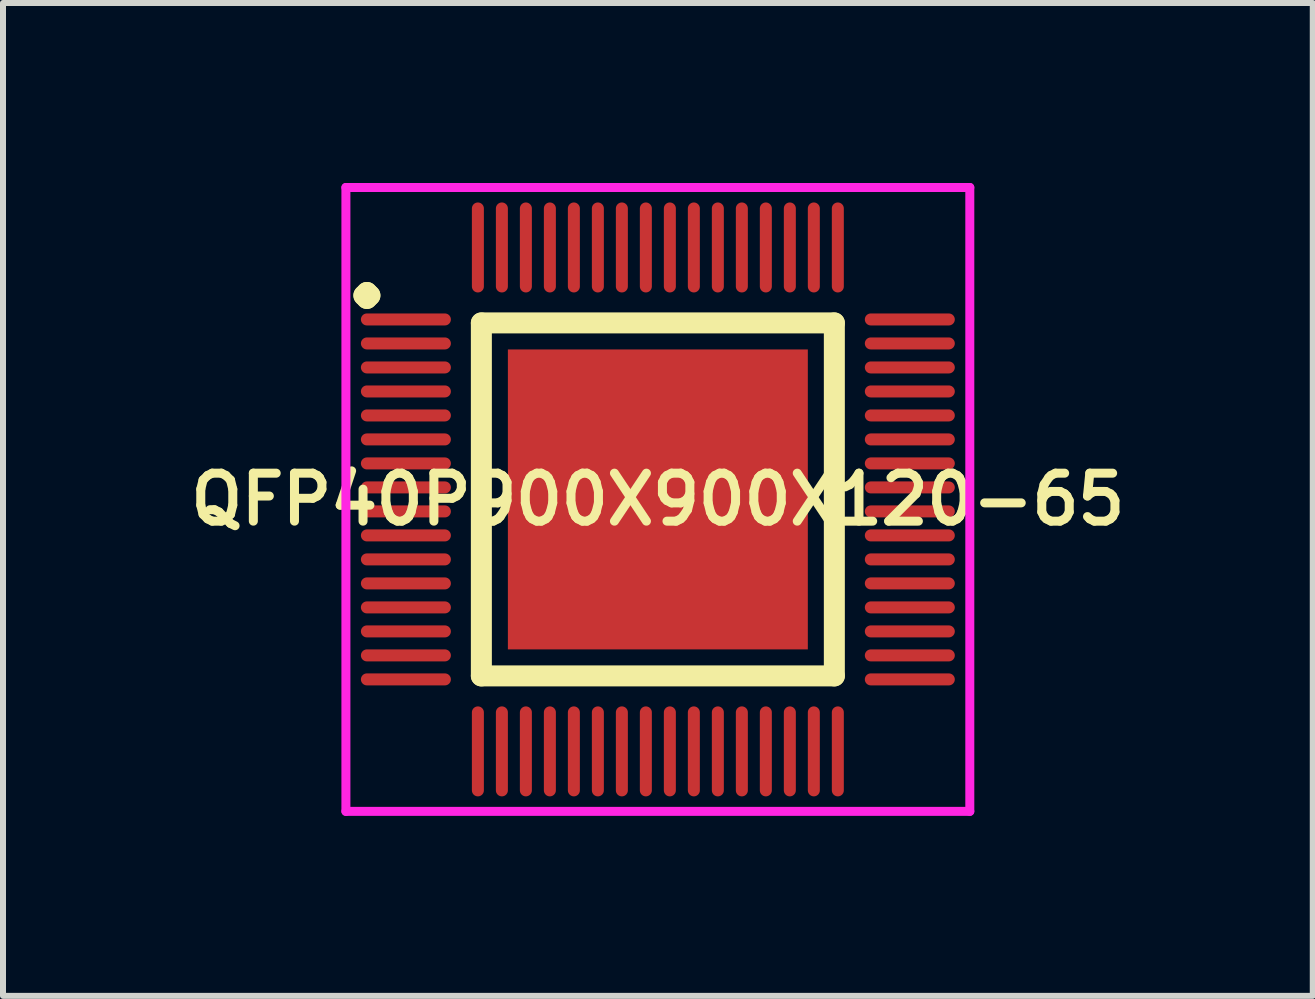
<source format=kicad_pcb>
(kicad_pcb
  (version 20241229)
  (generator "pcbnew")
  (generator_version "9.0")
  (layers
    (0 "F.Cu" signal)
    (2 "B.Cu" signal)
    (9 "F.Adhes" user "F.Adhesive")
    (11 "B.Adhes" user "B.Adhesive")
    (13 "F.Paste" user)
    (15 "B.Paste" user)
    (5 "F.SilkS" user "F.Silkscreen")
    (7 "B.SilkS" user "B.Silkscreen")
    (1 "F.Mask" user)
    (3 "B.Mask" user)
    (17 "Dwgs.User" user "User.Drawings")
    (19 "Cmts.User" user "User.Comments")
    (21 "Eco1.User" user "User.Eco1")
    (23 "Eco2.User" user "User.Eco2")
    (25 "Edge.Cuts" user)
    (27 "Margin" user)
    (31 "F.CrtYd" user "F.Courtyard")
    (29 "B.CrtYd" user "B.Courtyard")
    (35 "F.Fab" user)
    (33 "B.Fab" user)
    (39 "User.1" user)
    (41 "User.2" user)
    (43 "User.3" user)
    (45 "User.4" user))
  (footprint "QFP40P900X900X120-65"
    (layer "F.Cu")
    (at 7.916 5.275)
    (property "Reference" "QFP40P900X900X120-65" (at 0 0 0) (layer "F.SilkS") (effects (font (size 0.8 0.8) (thickness 0.15))))
    (attr through_hole)
    (fp_line (start -4.9 -3.4) (end -4.85 -3.45) (stroke (width 0.35) (type solid)) (layer "F.SilkS"))
    (fp_line (start -4.85 -3.45) (end -4.8 -3.4) (stroke (width 0.35) (type solid)) (layer "F.SilkS"))
    (fp_line (start -4.85 -3.35) (end -4.9 -3.4) (stroke (width 0.35) (type solid)) (layer "F.SilkS"))
    (fp_line (start -4.8 -3.4) (end -4.85 -3.35) (stroke (width 0.35) (type solid)) (layer "F.SilkS"))
    (fp_line (start -2.942 -2.942) (end -2.942 2.942) (stroke (width 0.35) (type solid)) (layer "F.SilkS"))
    (fp_line (start -2.942 2.942) (end 2.942 2.942) (stroke (width 0.35) (type solid)) (layer "F.SilkS"))
    (fp_line (start 2.942 -2.942) (end -2.942 -2.942) (stroke (width 0.35) (type solid)) (layer "F.SilkS"))
    (fp_line (start 2.942 2.942) (end 2.942 -2.942) (stroke (width 0.35) (type solid)) (layer "F.SilkS"))
    (fp_line (start -5.2 -5.2) (end 5.2 -5.2) (stroke (width 0.15) (type solid)) (layer "F.CrtYd"))
    (fp_line (start -5.2 5.2) (end -5.2 -5.2) (stroke (width 0.15) (type solid)) (layer "F.CrtYd"))
    (fp_line (start 5.2 -5.2) (end 5.2 5.2) (stroke (width 0.15) (type solid)) (layer "F.CrtYd"))
    (fp_line (start 5.2 5.2) (end -5.2 5.2) (stroke (width 0.15) (type solid)) (layer "F.CrtYd"))
    (pad "1" smd oval (at -4.2 -3) (size 1.5 0.2) (layers "F.Cu" "F.Mask" "F.Paste"))
    (pad "2" smd oval (at -4.2 -2.6) (size 1.5 0.2) (layers "F.Cu" "F.Mask" "F.Paste"))
    (pad "3" smd oval (at -4.2 -2.2) (size 1.5 0.2) (layers "F.Cu" "F.Mask" "F.Paste"))
    (pad "4" smd oval (at -4.2 -1.8) (size 1.5 0.2) (layers "F.Cu" "F.Mask" "F.Paste"))
    (pad "5" smd oval (at -4.2 -1.4) (size 1.5 0.2) (layers "F.Cu" "F.Mask" "F.Paste"))
    (pad "6" smd oval (at -4.2 -1) (size 1.5 0.2) (layers "F.Cu" "F.Mask" "F.Paste"))
    (pad "7" smd oval (at -4.2 -0.6) (size 1.5 0.2) (layers "F.Cu" "F.Mask" "F.Paste"))
    (pad "8" smd oval (at -4.2 -0.2) (size 1.5 0.2) (layers "F.Cu" "F.Mask" "F.Paste"))
    (pad "9" smd oval (at -4.2 0.2) (size 1.5 0.2) (layers "F.Cu" "F.Mask" "F.Paste"))
    (pad "10" smd oval (at -4.2 0.6) (size 1.5 0.2) (layers "F.Cu" "F.Mask" "F.Paste"))
    (pad "11" smd oval (at -4.2 1) (size 1.5 0.2) (layers "F.Cu" "F.Mask" "F.Paste"))
    (pad "12" smd oval (at -4.2 1.4) (size 1.5 0.2) (layers "F.Cu" "F.Mask" "F.Paste"))
    (pad "13" smd oval (at -4.2 1.8) (size 1.5 0.2) (layers "F.Cu" "F.Mask" "F.Paste"))
    (pad "14" smd oval (at -4.2 2.2) (size 1.5 0.2) (layers "F.Cu" "F.Mask" "F.Paste"))
    (pad "15" smd oval (at -4.2 2.6) (size 1.5 0.2) (layers "F.Cu" "F.Mask" "F.Paste"))
    (pad "16" smd oval (at -4.2 3) (size 1.5 0.2) (layers "F.Cu" "F.Mask" "F.Paste"))
    (pad "17" smd oval (at -3 4.2) (size 0.2 1.5) (layers "F.Cu" "F.Mask" "F.Paste"))
    (pad "18" smd oval (at -2.6 4.2) (size 0.2 1.5) (layers "F.Cu" "F.Mask" "F.Paste"))
    (pad "19" smd oval (at -2.2 4.2) (size 0.2 1.5) (layers "F.Cu" "F.Mask" "F.Paste"))
    (pad "20" smd oval (at -1.8 4.2) (size 0.2 1.5) (layers "F.Cu" "F.Mask" "F.Paste"))
    (pad "21" smd oval (at -1.4 4.2) (size 0.2 1.5) (layers "F.Cu" "F.Mask" "F.Paste"))
    (pad "22" smd oval (at -1 4.2) (size 0.2 1.5) (layers "F.Cu" "F.Mask" "F.Paste"))
    (pad "23" smd oval (at -0.6 4.2) (size 0.2 1.5) (layers "F.Cu" "F.Mask" "F.Paste"))
    (pad "24" smd oval (at -0.2 4.2) (size 0.2 1.5) (layers "F.Cu" "F.Mask" "F.Paste"))
    (pad "25" smd oval (at 0.2 4.2) (size 0.2 1.5) (layers "F.Cu" "F.Mask" "F.Paste"))
    (pad "26" smd oval (at 0.6 4.2) (size 0.2 1.5) (layers "F.Cu" "F.Mask" "F.Paste"))
    (pad "27" smd oval (at 1 4.2) (size 0.2 1.5) (layers "F.Cu" "F.Mask" "F.Paste"))
    (pad "28" smd oval (at 1.4 4.2) (size 0.2 1.5) (layers "F.Cu" "F.Mask" "F.Paste"))
    (pad "29" smd oval (at 1.8 4.2) (size 0.2 1.5) (layers "F.Cu" "F.Mask" "F.Paste"))
    (pad "30" smd oval (at 2.2 4.2) (size 0.2 1.5) (layers "F.Cu" "F.Mask" "F.Paste"))
    (pad "31" smd oval (at 2.6 4.2) (size 0.2 1.5) (layers "F.Cu" "F.Mask" "F.Paste"))
    (pad "32" smd oval (at 3 4.2) (size 0.2 1.5) (layers "F.Cu" "F.Mask" "F.Paste"))
    (pad "33" smd oval (at 4.2 3) (size 1.5 0.2) (layers "F.Cu" "F.Mask" "F.Paste"))
    (pad "34" smd oval (at 4.2 2.6) (size 1.5 0.2) (layers "F.Cu" "F.Mask" "F.Paste"))
    (pad "35" smd oval (at 4.2 2.2) (size 1.5 0.2) (layers "F.Cu" "F.Mask" "F.Paste"))
    (pad "36" smd oval (at 4.2 1.8) (size 1.5 0.2) (layers "F.Cu" "F.Mask" "F.Paste"))
    (pad "37" smd oval (at 4.2 1.4) (size 1.5 0.2) (layers "F.Cu" "F.Mask" "F.Paste"))
    (pad "38" smd oval (at 4.2 1) (size 1.5 0.2) (layers "F.Cu" "F.Mask" "F.Paste"))
    (pad "39" smd oval (at 4.2 0.6) (size 1.5 0.2) (layers "F.Cu" "F.Mask" "F.Paste"))
    (pad "40" smd oval (at 4.2 0.2) (size 1.5 0.2) (layers "F.Cu" "F.Mask" "F.Paste"))
    (pad "41" smd oval (at 4.2 -0.2) (size 1.5 0.2) (layers "F.Cu" "F.Mask" "F.Paste"))
    (pad "42" smd oval (at 4.2 -0.6) (size 1.5 0.2) (layers "F.Cu" "F.Mask" "F.Paste"))
    (pad "43" smd oval (at 4.2 -1) (size 1.5 0.2) (layers "F.Cu" "F.Mask" "F.Paste"))
    (pad "44" smd oval (at 4.2 -1.4) (size 1.5 0.2) (layers "F.Cu" "F.Mask" "F.Paste"))
    (pad "45" smd oval (at 4.2 -1.8) (size 1.5 0.2) (layers "F.Cu" "F.Mask" "F.Paste"))
    (pad "46" smd oval (at 4.2 -2.2) (size 1.5 0.2) (layers "F.Cu" "F.Mask" "F.Paste"))
    (pad "47" smd oval (at 4.2 -2.6) (size 1.5 0.2) (layers "F.Cu" "F.Mask" "F.Paste"))
    (pad "48" smd oval (at 4.2 -3) (size 1.5 0.2) (layers "F.Cu" "F.Mask" "F.Paste"))
    (pad "49" smd oval (at 3 -4.2) (size 0.2 1.5) (layers "F.Cu" "F.Mask" "F.Paste"))
    (pad "50" smd oval (at 2.6 -4.2) (size 0.2 1.5) (layers "F.Cu" "F.Mask" "F.Paste"))
    (pad "51" smd oval (at 2.2 -4.2) (size 0.2 1.5) (layers "F.Cu" "F.Mask" "F.Paste"))
    (pad "52" smd oval (at 1.8 -4.2) (size 0.2 1.5) (layers "F.Cu" "F.Mask" "F.Paste"))
    (pad "53" smd oval (at 1.4 -4.2) (size 0.2 1.5) (layers "F.Cu" "F.Mask" "F.Paste"))
    (pad "54" smd oval (at 1 -4.2) (size 0.2 1.5) (layers "F.Cu" "F.Mask" "F.Paste"))
    (pad "55" smd oval (at 0.6 -4.2) (size 0.2 1.5) (layers "F.Cu" "F.Mask" "F.Paste"))
    (pad "56" smd oval (at 0.2 -4.2) (size 0.2 1.5) (layers "F.Cu" "F.Mask" "F.Paste"))
    (pad "57" smd oval (at -0.2 -4.2) (size 0.2 1.5) (layers "F.Cu" "F.Mask" "F.Paste"))
    (pad "58" smd oval (at -0.6 -4.2) (size 0.2 1.5) (layers "F.Cu" "F.Mask" "F.Paste"))
    (pad "59" smd oval (at -1 -4.2) (size 0.2 1.5) (layers "F.Cu" "F.Mask" "F.Paste"))
    (pad "60" smd oval (at -1.4 -4.2) (size 0.2 1.5) (layers "F.Cu" "F.Mask" "F.Paste"))
    (pad "61" smd oval (at -1.8 -4.2) (size 0.2 1.5) (layers "F.Cu" "F.Mask" "F.Paste"))
    (pad "62" smd oval (at -2.2 -4.2) (size 0.2 1.5) (layers "F.Cu" "F.Mask" "F.Paste"))
    (pad "63" smd oval (at -2.6 -4.2) (size 0.2 1.5) (layers "F.Cu" "F.Mask" "F.Paste"))
    (pad "64" smd oval (at -3 -4.2) (size 0.2 1.5) (layers "F.Cu" "F.Mask" "F.Paste"))
    (pad "65" smd rect (at 0 0) (size 5 5) (layers "F.Cu" "F.Mask" "F.Paste")))
  (gr_rect
    (start -3 -3)
    (end 18.833 13.55)
    (stroke (width 0.1) (type default))
    (fill no)
    (layer "Edge.Cuts")))
</source>
